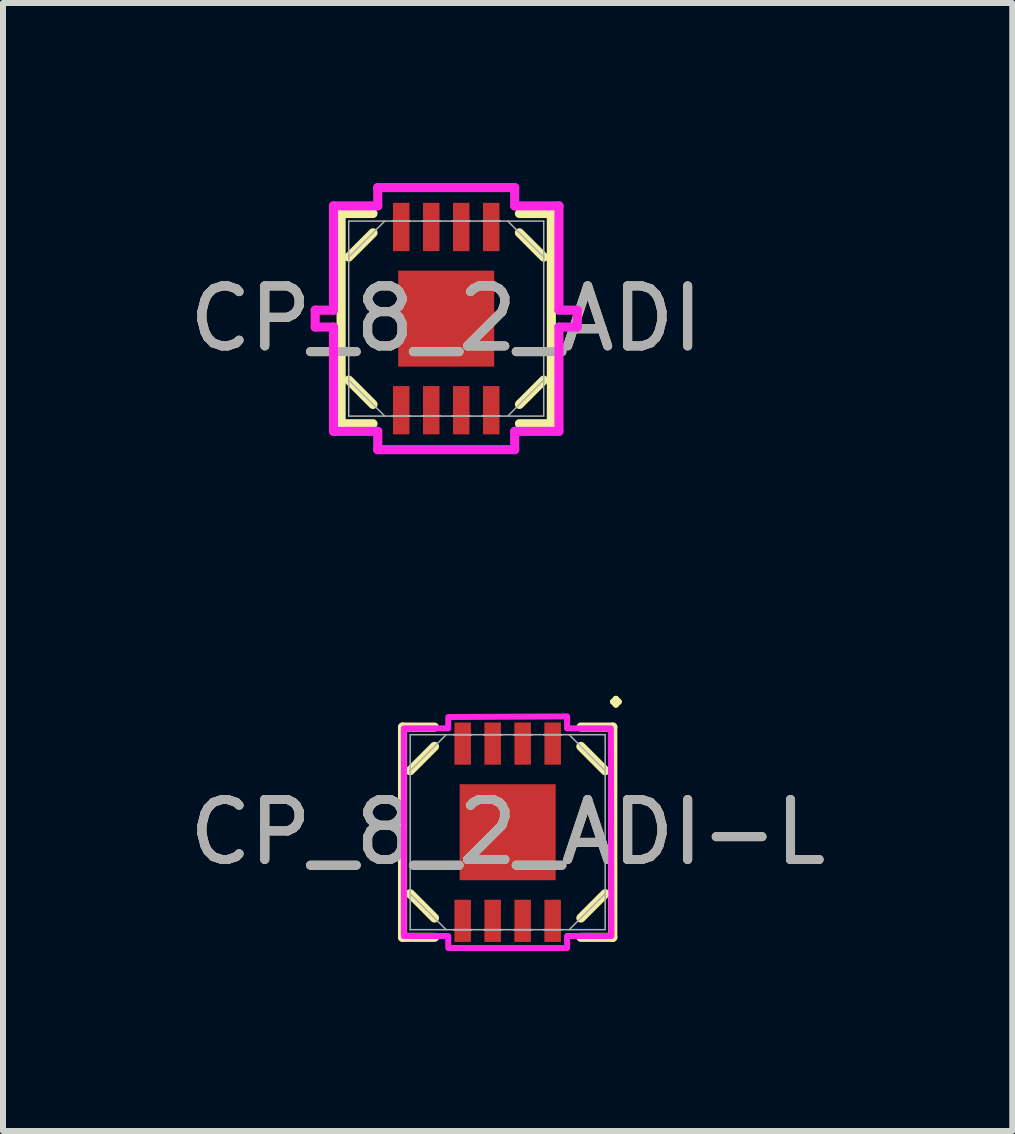
<source format=kicad_pcb>
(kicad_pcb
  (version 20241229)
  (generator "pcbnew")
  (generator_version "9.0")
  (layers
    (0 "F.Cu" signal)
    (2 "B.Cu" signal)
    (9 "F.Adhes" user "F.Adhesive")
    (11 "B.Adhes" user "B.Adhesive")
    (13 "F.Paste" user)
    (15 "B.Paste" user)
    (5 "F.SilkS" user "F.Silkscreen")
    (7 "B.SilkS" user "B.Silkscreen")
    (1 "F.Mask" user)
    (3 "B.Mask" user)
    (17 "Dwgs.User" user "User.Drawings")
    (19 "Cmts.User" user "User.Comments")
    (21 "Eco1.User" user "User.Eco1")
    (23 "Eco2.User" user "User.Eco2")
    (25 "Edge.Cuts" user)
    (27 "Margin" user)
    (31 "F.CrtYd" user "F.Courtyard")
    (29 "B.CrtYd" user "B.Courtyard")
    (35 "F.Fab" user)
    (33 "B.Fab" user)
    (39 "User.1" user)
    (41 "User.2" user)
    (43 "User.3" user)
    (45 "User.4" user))
  (footprint "CP_8_2_ADI-L"
    (layer "F.Cu")
    (at 5.411 10.82)
    (property "Reference" "CP_8_2_ADI-L" (at 0 0 0) (unlocked yes) (layer "F.SilkS") (effects (font (size 1 1) (thickness 0.15))))
    (attr smd)
    (fp_line (start -1.752 -1.752) (end -1.752 1.752) (stroke (width 0.152) (type solid)) (layer "F.SilkS"))
    (fp_line (start -1.752 1.752) (end -1.22 1.752) (stroke (width 0.152) (type solid)) (layer "F.SilkS"))
    (fp_line (start -1.625 -1.025) (end -1.22 -1.43) (stroke (width 0.152) (type solid)) (layer "F.SilkS"))
    (fp_line (start -1.22 -1.752) (end -1.752 -1.752) (stroke (width 0.152) (type solid)) (layer "F.SilkS"))
    (fp_line (start -1.22 1.43) (end -1.625 1.025) (stroke (width 0.152) (type solid)) (layer "F.SilkS"))
    (fp_line (start 1.22 -1.43) (end 1.625 -1.025) (stroke (width 0.152) (type solid)) (layer "F.SilkS"))
    (fp_line (start 1.22 1.43) (end 1.625 1.025) (stroke (width 0.152) (type solid)) (layer "F.SilkS"))
    (fp_line (start 1.22 1.752) (end 1.752 1.752) (stroke (width 0.152) (type solid)) (layer "F.SilkS"))
    (fp_line (start 1.752 -1.752) (end 1.22 -1.752) (stroke (width 0.152) (type solid)) (layer "F.SilkS"))
    (fp_line (start 1.752 1.752) (end 1.752 -1.752) (stroke (width 0.152) (type solid)) (layer "F.SilkS"))
    (fp_poly (pts (xy 0.99 1.93) (xy 0.99 1.73) (xy 1.73 1.73) (xy 1.72 -1.73) (xy 0.99 -1.73) (xy 0.99 -1.93) (xy -0.99 -1.92) (xy -0.99 -1.73) (xy -1.73 -1.73) (xy -1.73 1.73) (xy -0.99 1.73) (xy -0.99 1.93)) (stroke (width 0.1) (type solid)) (fill no) (layer "F.CrtYd"))
    (fp_line (start -1.625 -1.625) (end -1.625 1.625) (stroke (width 0.025) (type solid)) (layer "F.Fab"))
    (fp_line (start -1.625 -1.025) (end -1.025 -1.625) (stroke (width 0.025) (type solid)) (layer "F.Fab"))
    (fp_line (start -1.625 1.625) (end 1.625 1.625) (stroke (width 0.025) (type solid)) (layer "F.Fab"))
    (fp_line (start -1.025 1.625) (end -1.625 1.025) (stroke (width 0.025) (type solid)) (layer "F.Fab"))
    (fp_line (start -0.9 -1.625) (end -0.9 -1.625) (stroke (width 0.025) (type solid)) (layer "F.Fab"))
    (fp_line (start -0.9 -1.625) (end -0.6 -1.625) (stroke (width 0.025) (type solid)) (layer "F.Fab"))
    (fp_line (start -0.9 1.625) (end -0.9 1.625) (stroke (width 0.025) (type solid)) (layer "F.Fab"))
    (fp_line (start -0.9 1.625) (end -0.6 1.625) (stroke (width 0.025) (type solid)) (layer "F.Fab"))
    (fp_line (start -0.6 -1.625) (end -0.9 -1.625) (stroke (width 0.025) (type solid)) (layer "F.Fab"))
    (fp_line (start -0.6 -1.625) (end -0.6 -1.625) (stroke (width 0.025) (type solid)) (layer "F.Fab"))
    (fp_line (start -0.6 1.625) (end -0.9 1.625) (stroke (width 0.025) (type solid)) (layer "F.Fab"))
    (fp_line (start -0.6 1.625) (end -0.6 1.625) (stroke (width 0.025) (type solid)) (layer "F.Fab"))
    (fp_line (start -0.4 -1.625) (end -0.4 -1.625) (stroke (width 0.025) (type solid)) (layer "F.Fab"))
    (fp_line (start -0.4 -1.625) (end -0.1 -1.625) (stroke (width 0.025) (type solid)) (layer "F.Fab"))
    (fp_line (start -0.4 1.625) (end -0.4 1.625) (stroke (width 0.025) (type solid)) (layer "F.Fab"))
    (fp_line (start -0.4 1.625) (end -0.1 1.625) (stroke (width 0.025) (type solid)) (layer "F.Fab"))
    (fp_line (start -0.1 -1.625) (end -0.4 -1.625) (stroke (width 0.025) (type solid)) (layer "F.Fab"))
    (fp_line (start -0.1 -1.625) (end -0.1 -1.625) (stroke (width 0.025) (type solid)) (layer "F.Fab"))
    (fp_line (start -0.1 1.625) (end -0.4 1.625) (stroke (width 0.025) (type solid)) (layer "F.Fab"))
    (fp_line (start -0.1 1.625) (end -0.1 1.625) (stroke (width 0.025) (type solid)) (layer "F.Fab"))
    (fp_line (start 0.1 -1.625) (end 0.1 -1.625) (stroke (width 0.025) (type solid)) (layer "F.Fab"))
    (fp_line (start 0.1 -1.625) (end 0.4 -1.625) (stroke (width 0.025) (type solid)) (layer "F.Fab"))
    (fp_line (start 0.1 1.625) (end 0.1 1.625) (stroke (width 0.025) (type solid)) (layer "F.Fab"))
    (fp_line (start 0.1 1.625) (end 0.4 1.625) (stroke (width 0.025) (type solid)) (layer "F.Fab"))
    (fp_line (start 0.4 -1.625) (end 0.1 -1.625) (stroke (width 0.025) (type solid)) (layer "F.Fab"))
    (fp_line (start 0.4 -1.625) (end 0.4 -1.625) (stroke (width 0.025) (type solid)) (layer "F.Fab"))
    (fp_line (start 0.4 1.625) (end 0.1 1.625) (stroke (width 0.025) (type solid)) (layer "F.Fab"))
    (fp_line (start 0.4 1.625) (end 0.4 1.625) (stroke (width 0.025) (type solid)) (layer "F.Fab"))
    (fp_line (start 0.6 -1.625) (end 0.6 -1.625) (stroke (width 0.025) (type solid)) (layer "F.Fab"))
    (fp_line (start 0.6 -1.625) (end 0.9 -1.625) (stroke (width 0.025) (type solid)) (layer "F.Fab"))
    (fp_line (start 0.6 1.625) (end 0.6 1.625) (stroke (width 0.025) (type solid)) (layer "F.Fab"))
    (fp_line (start 0.6 1.625) (end 0.9 1.625) (stroke (width 0.025) (type solid)) (layer "F.Fab"))
    (fp_line (start 0.9 -1.625) (end 0.6 -1.625) (stroke (width 0.025) (type solid)) (layer "F.Fab"))
    (fp_line (start 0.9 -1.625) (end 0.9 -1.625) (stroke (width 0.025) (type solid)) (layer "F.Fab"))
    (fp_line (start 0.9 1.625) (end 0.6 1.625) (stroke (width 0.025) (type solid)) (layer "F.Fab"))
    (fp_line (start 0.9 1.625) (end 0.9 1.625) (stroke (width 0.025) (type solid)) (layer "F.Fab"))
    (fp_line (start 1.025 -1.625) (end 1.625 -1.025) (stroke (width 0.025) (type solid)) (layer "F.Fab"))
    (fp_line (start 1.025 1.625) (end 1.625 1.025) (stroke (width 0.025) (type solid)) (layer "F.Fab"))
    (fp_line (start 1.625 -1.625) (end -1.625 -1.625) (stroke (width 0.025) (type solid)) (layer "F.Fab"))
    (fp_line (start 1.625 1.625) (end 1.625 -1.625) (stroke (width 0.025) (type solid)) (layer "F.Fab"))
    (fp_text user "." (at 1.5 -2 0) (unlocked yes) (layer "F.SilkS") (effects (font (size 1 1) (thickness 0.1)) (justify left bottom)))
    (fp_text user "${REFERENCE}" (at 0 0 0) (unlocked yes) (layer "F.Fab") (effects (font (size 1 1) (thickness 0.15))))
    (pad "1" smd rect (at 0.75 -1.477) (size 0.275 0.703) (layers "F.Cu" "F.Mask" "F.Paste"))
    (pad "2" smd rect (at 0.25 -1.477) (size 0.275 0.703) (layers "F.Cu" "F.Mask" "F.Paste"))
    (pad "3" smd rect (at -0.25 -1.477) (size 0.275 0.703) (layers "F.Cu" "F.Mask" "F.Paste"))
    (pad "4" smd rect (at -0.75 -1.477) (size 0.275 0.703) (layers "F.Cu" "F.Mask" "F.Paste"))
    (pad "5" smd rect (at -0.75 1.477) (size 0.275 0.703) (layers "F.Cu" "F.Mask" "F.Paste"))
    (pad "6" smd rect (at -0.25 1.477) (size 0.275 0.703) (layers "F.Cu" "F.Mask" "F.Paste"))
    (pad "7" smd rect (at 0.25 1.477) (size 0.275 0.703) (layers "F.Cu" "F.Mask" "F.Paste"))
    (pad "8" smd rect (at 0.75 1.477) (size 0.275 0.703) (layers "F.Cu" "F.Mask" "F.Paste"))
    (pad "HTAB" smd rect (at 0 0) (size 1.6 1.6) (layers "F.Cu" "F.Mask" "F.Paste")))
  (footprint "CP_8_2_ADI"
    (layer "F.Cu")
    (at 4.387 2.26)
    (property "Reference" "CP_8_2_ADI" (at 0 0 0) (unlocked yes) (layer "F.SilkS") (effects (font (size 1 1) (thickness 0.15))))
    (attr smd)
    (fp_line (start -1.752 -1.752) (end -1.752 1.752) (stroke (width 0.152) (type solid)) (layer "F.SilkS"))
    (fp_line (start -1.752 1.752) (end -1.22 1.752) (stroke (width 0.152) (type solid)) (layer "F.SilkS"))
    (fp_line (start -1.625 -1.025) (end -1.22 -1.43) (stroke (width 0.152) (type solid)) (layer "F.SilkS"))
    (fp_line (start -1.22 -1.752) (end -1.752 -1.752) (stroke (width 0.152) (type solid)) (layer "F.SilkS"))
    (fp_line (start -1.22 1.43) (end -1.625 1.025) (stroke (width 0.152) (type solid)) (layer "F.SilkS"))
    (fp_line (start 1.22 -1.43) (end 1.625 -1.025) (stroke (width 0.152) (type solid)) (layer "F.SilkS"))
    (fp_line (start 1.22 1.43) (end 1.625 1.025) (stroke (width 0.152) (type solid)) (layer "F.SilkS"))
    (fp_line (start 1.22 1.752) (end 1.752 1.752) (stroke (width 0.152) (type solid)) (layer "F.SilkS"))
    (fp_line (start 1.752 -1.752) (end 1.22 -1.752) (stroke (width 0.152) (type solid)) (layer "F.SilkS"))
    (fp_line (start 1.752 1.752) (end 1.752 -1.752) (stroke (width 0.152) (type solid)) (layer "F.SilkS"))
    (fp_line (start -2.184 -0.141) (end -1.879 -0.141) (stroke (width 0.152) (type solid)) (layer "F.CrtYd"))
    (fp_line (start -2.184 0.141) (end -2.184 -0.141) (stroke (width 0.152) (type solid)) (layer "F.CrtYd"))
    (fp_line (start -1.879 -1.879) (end -1.141 -1.879) (stroke (width 0.152) (type solid)) (layer "F.CrtYd"))
    (fp_line (start -1.879 -0.141) (end -1.879 -1.879) (stroke (width 0.152) (type solid)) (layer "F.CrtYd"))
    (fp_line (start -1.879 0.141) (end -2.184 0.141) (stroke (width 0.152) (type solid)) (layer "F.CrtYd"))
    (fp_line (start -1.879 1.879) (end -1.879 0.141) (stroke (width 0.152) (type solid)) (layer "F.CrtYd"))
    (fp_line (start -1.141 -2.184) (end 1.141 -2.184) (stroke (width 0.152) (type solid)) (layer "F.CrtYd"))
    (fp_line (start -1.141 -1.879) (end -1.141 -2.184) (stroke (width 0.152) (type solid)) (layer "F.CrtYd"))
    (fp_line (start -1.141 1.879) (end -1.879 1.879) (stroke (width 0.152) (type solid)) (layer "F.CrtYd"))
    (fp_line (start -1.141 2.184) (end -1.141 1.879) (stroke (width 0.152) (type solid)) (layer "F.CrtYd"))
    (fp_line (start 1.141 -2.184) (end 1.141 -1.879) (stroke (width 0.152) (type solid)) (layer "F.CrtYd"))
    (fp_line (start 1.141 -1.879) (end 1.879 -1.879) (stroke (width 0.152) (type solid)) (layer "F.CrtYd"))
    (fp_line (start 1.141 1.879) (end 1.141 2.184) (stroke (width 0.152) (type solid)) (layer "F.CrtYd"))
    (fp_line (start 1.141 2.184) (end -1.141 2.184) (stroke (width 0.152) (type solid)) (layer "F.CrtYd"))
    (fp_line (start 1.879 -1.879) (end 1.879 -0.141) (stroke (width 0.152) (type solid)) (layer "F.CrtYd"))
    (fp_line (start 1.879 -0.141) (end 2.184 -0.141) (stroke (width 0.152) (type solid)) (layer "F.CrtYd"))
    (fp_line (start 1.879 0.141) (end 1.879 1.879) (stroke (width 0.152) (type solid)) (layer "F.CrtYd"))
    (fp_line (start 1.879 1.879) (end 1.141 1.879) (stroke (width 0.152) (type solid)) (layer "F.CrtYd"))
    (fp_line (start 2.184 -0.141) (end 2.184 0.141) (stroke (width 0.152) (type solid)) (layer "F.CrtYd"))
    (fp_line (start 2.184 0.141) (end 1.879 0.141) (stroke (width 0.152) (type solid)) (layer "F.CrtYd"))
    (fp_line (start -1.625 -1.625) (end -1.625 1.625) (stroke (width 0.025) (type solid)) (layer "F.Fab"))
    (fp_line (start -1.625 -1.025) (end -1.025 -1.625) (stroke (width 0.025) (type solid)) (layer "F.Fab"))
    (fp_line (start -1.625 1.625) (end 1.625 1.625) (stroke (width 0.025) (type solid)) (layer "F.Fab"))
    (fp_line (start -1.025 1.625) (end -1.625 1.025) (stroke (width 0.025) (type solid)) (layer "F.Fab"))
    (fp_line (start -0.9 -1.625) (end -0.9 -1.625) (stroke (width 0.025) (type solid)) (layer "F.Fab"))
    (fp_line (start -0.9 -1.625) (end -0.6 -1.625) (stroke (width 0.025) (type solid)) (layer "F.Fab"))
    (fp_line (start -0.9 1.625) (end -0.9 1.625) (stroke (width 0.025) (type solid)) (layer "F.Fab"))
    (fp_line (start -0.9 1.625) (end -0.6 1.625) (stroke (width 0.025) (type solid)) (layer "F.Fab"))
    (fp_line (start -0.6 -1.625) (end -0.9 -1.625) (stroke (width 0.025) (type solid)) (layer "F.Fab"))
    (fp_line (start -0.6 -1.625) (end -0.6 -1.625) (stroke (width 0.025) (type solid)) (layer "F.Fab"))
    (fp_line (start -0.6 1.625) (end -0.9 1.625) (stroke (width 0.025) (type solid)) (layer "F.Fab"))
    (fp_line (start -0.6 1.625) (end -0.6 1.625) (stroke (width 0.025) (type solid)) (layer "F.Fab"))
    (fp_line (start -0.4 -1.625) (end -0.4 -1.625) (stroke (width 0.025) (type solid)) (layer "F.Fab"))
    (fp_line (start -0.4 -1.625) (end -0.1 -1.625) (stroke (width 0.025) (type solid)) (layer "F.Fab"))
    (fp_line (start -0.4 1.625) (end -0.4 1.625) (stroke (width 0.025) (type solid)) (layer "F.Fab"))
    (fp_line (start -0.4 1.625) (end -0.1 1.625) (stroke (width 0.025) (type solid)) (layer "F.Fab"))
    (fp_line (start -0.1 -1.625) (end -0.4 -1.625) (stroke (width 0.025) (type solid)) (layer "F.Fab"))
    (fp_line (start -0.1 -1.625) (end -0.1 -1.625) (stroke (width 0.025) (type solid)) (layer "F.Fab"))
    (fp_line (start -0.1 1.625) (end -0.4 1.625) (stroke (width 0.025) (type solid)) (layer "F.Fab"))
    (fp_line (start -0.1 1.625) (end -0.1 1.625) (stroke (width 0.025) (type solid)) (layer "F.Fab"))
    (fp_line (start 0.1 -1.625) (end 0.1 -1.625) (stroke (width 0.025) (type solid)) (layer "F.Fab"))
    (fp_line (start 0.1 -1.625) (end 0.4 -1.625) (stroke (width 0.025) (type solid)) (layer "F.Fab"))
    (fp_line (start 0.1 1.625) (end 0.1 1.625) (stroke (width 0.025) (type solid)) (layer "F.Fab"))
    (fp_line (start 0.1 1.625) (end 0.4 1.625) (stroke (width 0.025) (type solid)) (layer "F.Fab"))
    (fp_line (start 0.4 -1.625) (end 0.1 -1.625) (stroke (width 0.025) (type solid)) (layer "F.Fab"))
    (fp_line (start 0.4 -1.625) (end 0.4 -1.625) (stroke (width 0.025) (type solid)) (layer "F.Fab"))
    (fp_line (start 0.4 1.625) (end 0.1 1.625) (stroke (width 0.025) (type solid)) (layer "F.Fab"))
    (fp_line (start 0.4 1.625) (end 0.4 1.625) (stroke (width 0.025) (type solid)) (layer "F.Fab"))
    (fp_line (start 0.6 -1.625) (end 0.6 -1.625) (stroke (width 0.025) (type solid)) (layer "F.Fab"))
    (fp_line (start 0.6 -1.625) (end 0.9 -1.625) (stroke (width 0.025) (type solid)) (layer "F.Fab"))
    (fp_line (start 0.6 1.625) (end 0.6 1.625) (stroke (width 0.025) (type solid)) (layer "F.Fab"))
    (fp_line (start 0.6 1.625) (end 0.9 1.625) (stroke (width 0.025) (type solid)) (layer "F.Fab"))
    (fp_line (start 0.9 -1.625) (end 0.6 -1.625) (stroke (width 0.025) (type solid)) (layer "F.Fab"))
    (fp_line (start 0.9 -1.625) (end 0.9 -1.625) (stroke (width 0.025) (type solid)) (layer "F.Fab"))
    (fp_line (start 0.9 1.625) (end 0.6 1.625) (stroke (width 0.025) (type solid)) (layer "F.Fab"))
    (fp_line (start 0.9 1.625) (end 0.9 1.625) (stroke (width 0.025) (type solid)) (layer "F.Fab"))
    (fp_line (start 1.025 -1.625) (end 1.625 -1.025) (stroke (width 0.025) (type solid)) (layer "F.Fab"))
    (fp_line (start 1.025 1.625) (end 1.625 1.025) (stroke (width 0.025) (type solid)) (layer "F.Fab"))
    (fp_line (start 1.625 -1.625) (end -1.625 -1.625) (stroke (width 0.025) (type solid)) (layer "F.Fab"))
    (fp_line (start 1.625 1.625) (end 1.625 -1.625) (stroke (width 0.025) (type solid)) (layer "F.Fab"))
    (fp_text user "${REFERENCE}" (at 0 0 0) (unlocked yes) (layer "F.Fab") (effects (font (size 1 1) (thickness 0.15))))
    (pad "1" smd rect (at 0.75 -1.527) (size 0.275 0.805) (layers "F.Cu" "F.Mask" "F.Paste"))
    (pad "2" smd rect (at 0.25 -1.527) (size 0.275 0.805) (layers "F.Cu" "F.Mask" "F.Paste"))
    (pad "3" smd rect (at -0.25 -1.527) (size 0.275 0.805) (layers "F.Cu" "F.Mask" "F.Paste"))
    (pad "4" smd rect (at -0.75 -1.527) (size 0.275 0.805) (layers "F.Cu" "F.Mask" "F.Paste"))
    (pad "5" smd rect (at -0.75 1.527) (size 0.275 0.805) (layers "F.Cu" "F.Mask" "F.Paste"))
    (pad "6" smd rect (at -0.25 1.527) (size 0.275 0.805) (layers "F.Cu" "F.Mask" "F.Paste"))
    (pad "7" smd rect (at 0.25 1.527) (size 0.275 0.805) (layers "F.Cu" "F.Mask" "F.Paste"))
    (pad "8" smd rect (at 0.75 1.527) (size 0.275 0.805) (layers "F.Cu" "F.Mask" "F.Paste"))
    (pad "HTAB" smd rect (at 0 0) (size 1.6 1.6) (layers "F.Cu" "F.Mask" "F.Paste")))
  (gr_rect
    (start -3 -3)
    (end 13.821 15.8)
    (stroke (width 0.1) (type default))
    (fill no)
    (layer "Edge.Cuts")))
</source>
